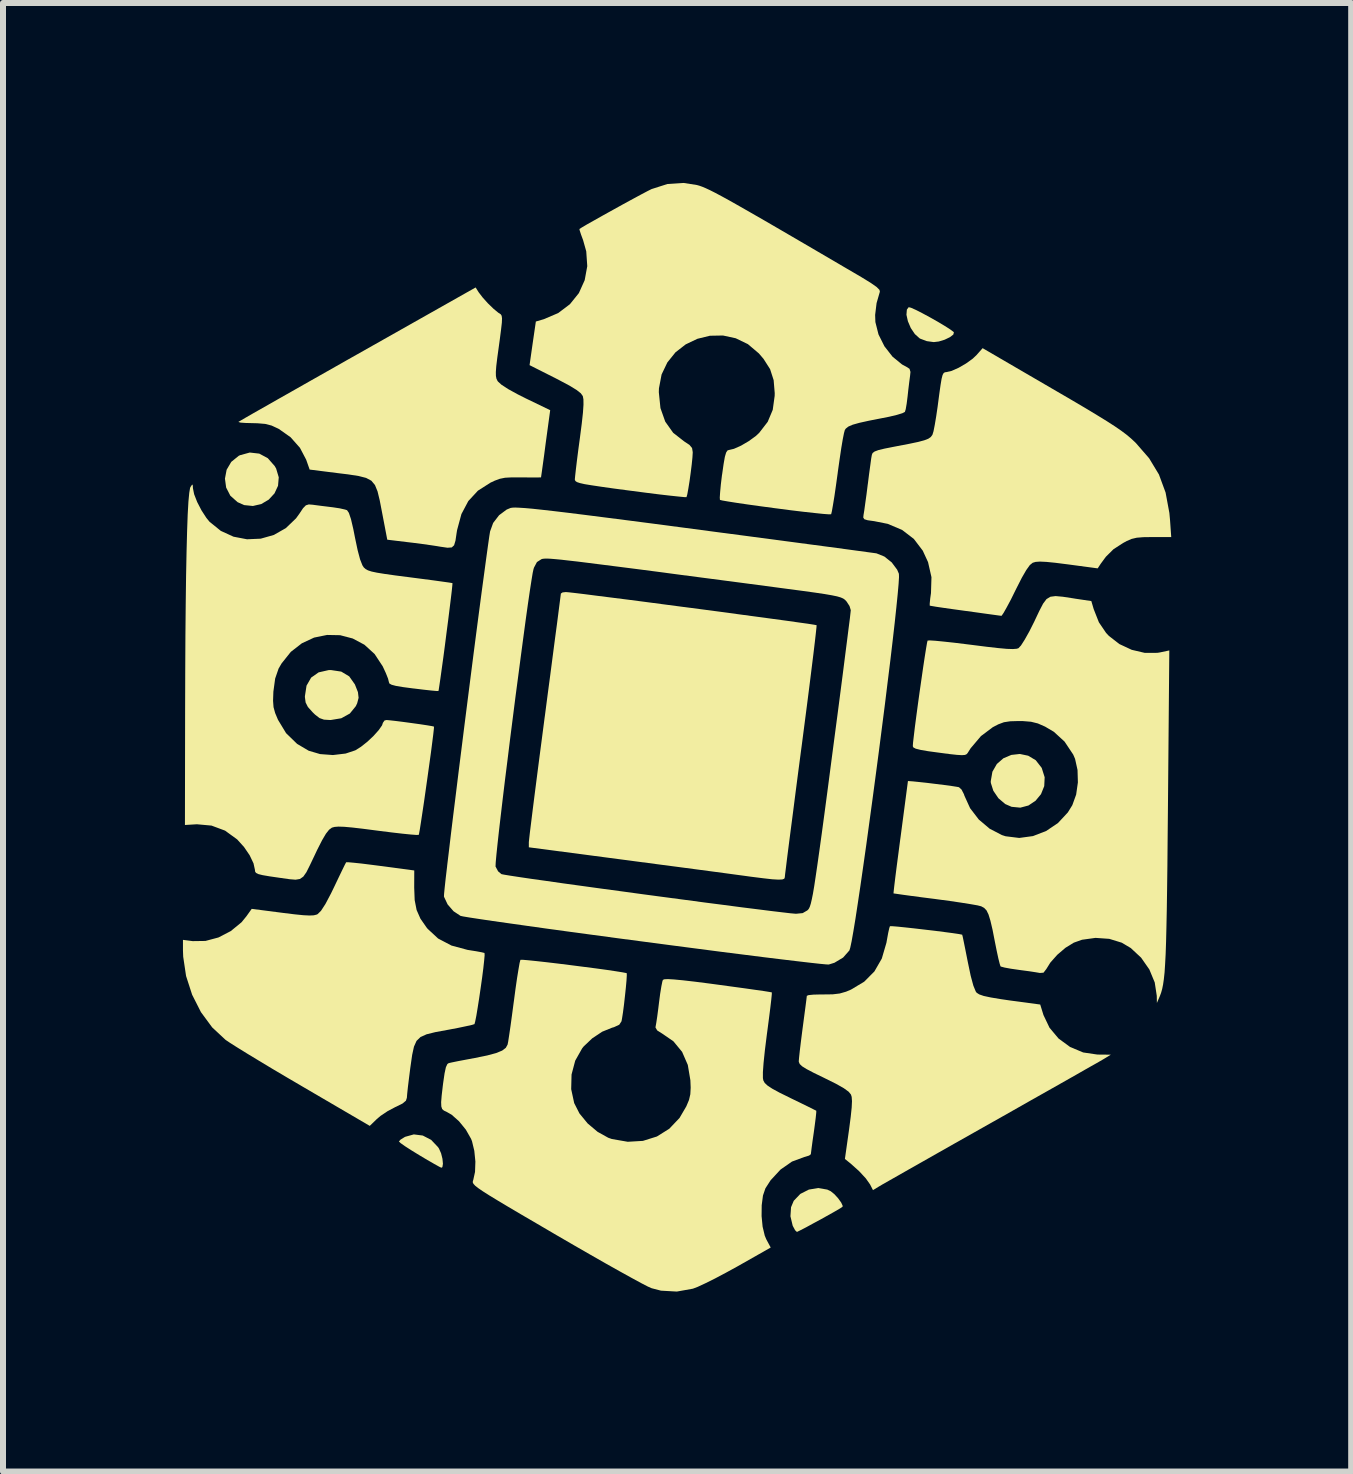
<source format=kicad_pcb>
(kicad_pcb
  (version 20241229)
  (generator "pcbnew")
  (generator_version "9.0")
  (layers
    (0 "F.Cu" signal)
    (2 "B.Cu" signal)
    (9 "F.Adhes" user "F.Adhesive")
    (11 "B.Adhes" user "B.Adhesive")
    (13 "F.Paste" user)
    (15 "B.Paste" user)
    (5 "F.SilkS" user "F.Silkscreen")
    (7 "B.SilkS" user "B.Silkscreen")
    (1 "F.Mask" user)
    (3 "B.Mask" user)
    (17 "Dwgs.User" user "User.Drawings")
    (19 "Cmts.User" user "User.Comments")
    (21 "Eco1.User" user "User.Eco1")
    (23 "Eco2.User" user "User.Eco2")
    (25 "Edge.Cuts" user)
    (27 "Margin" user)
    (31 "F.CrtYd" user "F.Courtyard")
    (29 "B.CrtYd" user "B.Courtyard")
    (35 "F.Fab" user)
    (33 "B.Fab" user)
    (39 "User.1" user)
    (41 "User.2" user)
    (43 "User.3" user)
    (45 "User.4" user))
  (footprint "Logo_20x20mm"
    (layer "F.Cu")
    (at 8.333 9.32)
    (property "Reference" "Logo_20x20mm" (at 0 0 90) (layer "F.SilkS") (effects (font (size 0.001 0.001) (thickness 0.15))))
    (attr board_only exclude_from_pos_files exclude_from_bom)
    (fp_poly (pts (xy -7.061 -4.808) (xy -6.919 -4.732) (xy -6.804 -4.601) (xy -6.78 -4.56) (xy -6.736 -4.413) (xy -6.748 -4.272) (xy -6.807 -4.145) (xy -6.903 -4.041) (xy -7.026 -3.968) (xy -7.167 -3.935) (xy -7.314 -3.95) (xy -7.423 -3.999) (xy -7.543 -4.106) (xy -7.613 -4.242) (xy -7.633 -4.391) (xy -7.605 -4.539) (xy -7.528 -4.67) (xy -7.405 -4.77) (xy -7.383 -4.781) (xy -7.219 -4.826)) (stroke (width 0) (type solid)) (fill yes) (layer "F.SilkS"))
    (fp_poly (pts (xy 5.757 0.228) (xy 5.883 0.303) (xy 5.981 0.429) (xy 5.984 0.435) (xy 6.032 0.587) (xy 6.025 0.735) (xy 5.971 0.869) (xy 5.88 0.979) (xy 5.762 1.058) (xy 5.626 1.094) (xy 5.481 1.08) (xy 5.375 1.034) (xy 5.261 0.937) (xy 5.176 0.812) (xy 5.135 0.683) (xy 5.133 0.655) (xy 5.161 0.495) (xy 5.235 0.366) (xy 5.344 0.271) (xy 5.476 0.215) (xy 5.618 0.199)) (stroke (width 0) (type solid)) (fill yes) (layer "F.SilkS"))
    (fp_poly (pts (xy -4.335 6.56) (xy -4.196 6.632) (xy -4.081 6.753) (xy -4.065 6.777) (xy -4.03 6.856) (xy -4.007 6.948) (xy -3.999 7.031) (xy -4.008 7.086) (xy -4.025 7.097) (xy -4.062 7.079) (xy -4.143 7.034) (xy -4.258 6.968) (xy -4.392 6.888) (xy -4.524 6.807) (xy -4.633 6.737) (xy -4.706 6.685) (xy -4.733 6.659) (xy -4.733 6.659) (xy -4.707 6.629) (xy -4.641 6.588) (xy -4.628 6.581) (xy -4.484 6.541)) (stroke (width 0) (type solid)) (fill yes) (layer "F.SilkS"))
    (fp_poly (pts (xy 3.803 -7.24) (xy 3.884 -7.204) (xy 3.994 -7.148) (xy 4.12 -7.08) (xy 4.249 -7.007) (xy 4.366 -6.937) (xy 4.458 -6.878) (xy 4.512 -6.838) (xy 4.519 -6.83) (xy 4.509 -6.792) (xy 4.452 -6.749) (xy 4.365 -6.707) (xy 4.267 -6.677) (xy 4.183 -6.667) (xy 4.067 -6.683) (xy 3.958 -6.724) (xy 3.947 -6.73) (xy 3.868 -6.801) (xy 3.8 -6.902) (xy 3.752 -7.015) (xy 3.728 -7.123) (xy 3.735 -7.209) (xy 3.765 -7.249)) (stroke (width 0) (type solid)) (fill yes) (layer "F.SilkS"))
    (fp_poly (pts (xy -5.694 -1.174) (xy -5.561 -1.094) (xy -5.467 -0.961) (xy -5.465 -0.956) (xy -5.416 -0.832) (xy -5.405 -0.737) (xy -5.429 -0.645) (xy -5.452 -0.597) (xy -5.551 -0.475) (xy -5.694 -0.396) (xy -5.87 -0.367) (xy -5.879 -0.367) (xy -5.982 -0.373) (xy -6.056 -0.399) (xy -6.132 -0.458) (xy -6.171 -0.496) (xy -6.25 -0.584) (xy -6.288 -0.659) (xy -6.3 -0.748) (xy -6.3 -0.764) (xy -6.273 -0.94) (xy -6.196 -1.074) (xy -6.072 -1.161) (xy -5.905 -1.199) (xy -5.867 -1.2)) (stroke (width 0) (type solid)) (fill yes) (layer "F.SilkS"))
    (fp_poly (pts (xy 2.408 7.461) (xy 2.465 7.488) (xy 2.526 7.537) (xy 2.589 7.606) (xy 2.64 7.677) (xy 2.665 7.732) (xy 2.662 7.748) (xy 2.623 7.774) (xy 2.541 7.822) (xy 2.429 7.885) (xy 2.302 7.956) (xy 2.172 8.026) (xy 2.055 8.09) (xy 1.962 8.138) (xy 1.909 8.164) (xy 1.902 8.167) (xy 1.872 8.139) (xy 1.836 8.072) (xy 1.831 8.061) (xy 1.794 7.906) (xy 1.804 7.755) (xy 1.849 7.648) (xy 1.959 7.533) (xy 2.101 7.461) (xy 2.257 7.435)) (stroke (width 0) (type solid)) (fill yes) (layer "F.SilkS"))
    (fp_poly (pts (xy -1.902 -2.496) (xy -1.795 -2.484) (xy -1.637 -2.465) (xy -1.436 -2.439) (xy -1.197 -2.409) (xy -0.928 -2.375) (xy -0.635 -2.337) (xy -0.325 -2.296) (xy -0.006 -2.254) (xy 0.317 -2.212) (xy 0.635 -2.17) (xy 0.943 -2.128) (xy 1.234 -2.089) (xy 1.5 -2.053) (xy 1.736 -2.021) (xy 1.933 -1.993) (xy 2.085 -1.972) (xy 2.186 -1.956) (xy 2.229 -1.948) (xy 2.23 -1.948) (xy 2.228 -1.913) (xy 2.218 -1.818) (xy 2.201 -1.669) (xy 2.177 -1.469) (xy 2.147 -1.227) (xy 2.112 -0.946) (xy 2.072 -0.633) (xy 2.028 -0.294) (xy 1.981 0.067) (xy 1.971 0.141) (xy 1.923 0.506) (xy 1.878 0.852) (xy 1.837 1.173) (xy 1.799 1.464) (xy 1.766 1.718) (xy 1.739 1.93) (xy 1.719 2.094) (xy 1.705 2.204) (xy 1.7 2.256) (xy 1.699 2.258) (xy 1.691 2.279) (xy 1.658 2.291) (xy 1.594 2.294) (xy 1.49 2.288) (xy 1.34 2.271) (xy 1.134 2.245) (xy 1.033 2.231) (xy 0.906 2.214) (xy 0.722 2.189) (xy 0.49 2.158) (xy 0.219 2.122) (xy -0.082 2.082) (xy -0.403 2.04) (xy -0.736 1.996) (xy -0.992 1.962) (xy -2.567 1.755) (xy -2.567 1.669) (xy -2.562 1.621) (xy -2.55 1.513) (xy -2.53 1.352) (xy -2.504 1.142) (xy -2.472 0.889) (xy -2.435 0.601) (xy -2.394 0.283) (xy -2.349 -0.06) (xy -2.302 -0.421) (xy -2.3 -0.433) (xy -2.253 -0.793) (xy -2.208 -1.132) (xy -2.167 -1.446) (xy -2.13 -1.729) (xy -2.097 -1.975) (xy -2.071 -2.178) (xy -2.051 -2.333) (xy -2.038 -2.434) (xy -2.033 -2.475) (xy -2.033 -2.475) (xy -2.005 -2.494) (xy -1.951 -2.5)) (stroke (width 0) (type solid)) (fill yes) (layer "F.SilkS"))
    (fp_poly (pts (xy -3.403 -7.497) (xy -3.338 -7.412) (xy -3.249 -7.313) (xy -3.154 -7.221) (xy -3.075 -7.156) (xy -3.056 -7.145) (xy -3.034 -7.129) (xy -3.02 -7.105) (xy -3.014 -7.062) (xy -3.017 -6.989) (xy -3.03 -6.876) (xy -3.051 -6.713) (xy -3.066 -6.603) (xy -3.093 -6.407) (xy -3.11 -6.266) (xy -3.117 -6.169) (xy -3.116 -6.103) (xy -3.107 -6.057) (xy -3.089 -6.02) (xy -3.082 -6.01) (xy -3.024 -5.957) (xy -2.912 -5.884) (xy -2.752 -5.796) (xy -2.619 -5.729) (xy -2.211 -5.532) (xy -2.287 -4.974) (xy -2.311 -4.79) (xy -2.333 -4.631) (xy -2.35 -4.508) (xy -2.361 -4.432) (xy -2.364 -4.412) (xy -2.396 -4.411) (xy -2.481 -4.41) (xy -2.603 -4.411) (xy -2.692 -4.412) (xy -2.85 -4.412) (xy -2.963 -4.406) (xy -3.052 -4.388) (xy -3.138 -4.356) (xy -3.206 -4.324) (xy -3.416 -4.19) (xy -3.576 -4.017) (xy -3.691 -3.8) (xy -3.763 -3.534) (xy -3.771 -3.485) (xy -3.79 -3.357) (xy -3.813 -3.28) (xy -3.852 -3.244) (xy -3.923 -3.239) (xy -4.041 -3.256) (xy -4.1 -3.266) (xy -4.199 -3.281) (xy -4.342 -3.301) (xy -4.503 -3.322) (xy -4.588 -3.332) (xy -4.927 -3.373) (xy -5.014 -3.828) (xy -5.053 -4.03) (xy -5.089 -4.178) (xy -5.132 -4.284) (xy -5.192 -4.356) (xy -5.28 -4.403) (xy -5.406 -4.435) (xy -5.581 -4.462) (xy -5.738 -4.481) (xy -6.221 -4.542) (xy -6.279 -4.707) (xy -6.383 -4.905) (xy -6.539 -5.081) (xy -6.733 -5.218) (xy -6.748 -5.226) (xy -6.856 -5.276) (xy -6.961 -5.303) (xy -7.091 -5.314) (xy -7.173 -5.316) (xy -7.291 -5.319) (xy -7.373 -5.325) (xy -7.407 -5.335) (xy -7.407 -5.338) (xy -7.374 -5.357) (xy -7.289 -5.407) (xy -7.155 -5.484) (xy -6.977 -5.585) (xy -6.761 -5.708) (xy -6.51 -5.85) (xy -6.23 -6.009) (xy -5.926 -6.181) (xy -5.602 -6.365) (xy -5.419 -6.468) (xy -3.454 -7.578)) (stroke (width 0) (type solid)) (fill yes) (layer "F.SilkS"))
    (fp_poly (pts (xy -5.488 2.012) (xy -5.354 2.026) (xy -5.187 2.047) (xy -5.039 2.066) (xy -4.477 2.141) (xy -4.478 2.429) (xy -4.47 2.636) (xy -4.438 2.8) (xy -4.374 2.945) (xy -4.271 3.093) (xy -4.253 3.115) (xy -4.079 3.276) (xy -3.856 3.393) (xy -3.589 3.465) (xy -3.564 3.469) (xy -3.444 3.488) (xy -3.353 3.505) (xy -3.308 3.516) (xy -3.306 3.517) (xy -3.304 3.554) (xy -3.312 3.644) (xy -3.326 3.773) (xy -3.346 3.929) (xy -3.37 4.099) (xy -3.395 4.27) (xy -3.42 4.429) (xy -3.442 4.562) (xy -3.461 4.657) (xy -3.473 4.702) (xy -3.475 4.703) (xy -3.516 4.716) (xy -3.611 4.737) (xy -3.744 4.765) (xy -3.902 4.795) (xy -3.924 4.799) (xy -4.125 4.836) (xy -4.271 4.872) (xy -4.372 4.917) (xy -4.439 4.982) (xy -4.482 5.078) (xy -4.512 5.215) (xy -4.539 5.404) (xy -4.544 5.439) (xy -4.565 5.605) (xy -4.583 5.752) (xy -4.595 5.865) (xy -4.6 5.928) (xy -4.6 5.93) (xy -4.616 5.979) (xy -4.672 6.026) (xy -4.78 6.08) (xy -4.792 6.085) (xy -4.919 6.152) (xy -5.04 6.233) (xy -5.101 6.285) (xy -5.219 6.399) (xy -6.334 5.747) (xy -6.59 5.597) (xy -6.835 5.452) (xy -7.061 5.316) (xy -7.259 5.196) (xy -7.424 5.094) (xy -7.547 5.016) (xy -7.62 4.967) (xy -7.624 4.964) (xy -7.846 4.757) (xy -8.033 4.503) (xy -8.18 4.213) (xy -8.281 3.901) (xy -8.329 3.579) (xy -8.333 3.474) (xy -8.333 3.298) (xy -8.171 3.319) (xy -7.958 3.316) (xy -7.741 3.258) (xy -7.535 3.151) (xy -7.357 3.005) (xy -7.276 2.906) (xy -7.187 2.781) (xy -6.677 2.847) (xy -6.475 2.872) (xy -6.327 2.887) (xy -6.224 2.892) (xy -6.153 2.889) (xy -6.105 2.877) (xy -6.088 2.869) (xy -6.032 2.814) (xy -5.958 2.7) (xy -5.865 2.524) (xy -5.815 2.421) (xy -5.744 2.272) (xy -5.683 2.145) (xy -5.638 2.053) (xy -5.614 2.007) (xy -5.612 2.004) (xy -5.578 2.004)) (stroke (width 0) (type solid)) (fill yes) (layer "F.SilkS"))
    (fp_poly (pts (xy 3.488 3.07) (xy 3.576 3.077) (xy 3.704 3.09) (xy 3.86 3.107) (xy 4.031 3.127) (xy 4.203 3.147) (xy 4.365 3.168) (xy 4.502 3.186) (xy 4.603 3.201) (xy 4.653 3.211) (xy 4.657 3.212) (xy 4.666 3.246) (xy 4.684 3.333) (xy 4.71 3.461) (xy 4.741 3.618) (xy 4.751 3.668) (xy 4.799 3.897) (xy 4.843 4.06) (xy 4.883 4.158) (xy 4.898 4.179) (xy 4.941 4.207) (xy 5.016 4.233) (xy 5.133 4.258) (xy 5.3 4.286) (xy 5.458 4.309) (xy 5.958 4.376) (xy 6.012 4.551) (xy 6.113 4.763) (xy 6.264 4.943) (xy 6.455 5.083) (xy 6.674 5.175) (xy 6.911 5.21) (xy 6.918 5.21) (xy 7.135 5.212) (xy 7.042 5.269) (xy 6.997 5.296) (xy 6.9 5.352) (xy 6.754 5.434) (xy 6.567 5.541) (xy 6.343 5.668) (xy 6.087 5.813) (xy 5.805 5.972) (xy 5.502 6.144) (xy 5.184 6.324) (xy 5.167 6.333) (xy 4.847 6.514) (xy 4.542 6.686) (xy 4.258 6.847) (xy 3.999 6.994) (xy 3.771 7.123) (xy 3.58 7.232) (xy 3.43 7.317) (xy 3.328 7.375) (xy 3.278 7.405) (xy 3.277 7.405) (xy 3.17 7.47) (xy 3.122 7.376) (xy 3.051 7.275) (xy 2.938 7.153) (xy 2.795 7.025) (xy 2.776 7.01) (xy 2.702 6.95) (xy 2.772 6.455) (xy 2.799 6.247) (xy 2.815 6.094) (xy 2.82 5.987) (xy 2.815 5.916) (xy 2.803 5.877) (xy 2.765 5.83) (xy 2.684 5.771) (xy 2.555 5.698) (xy 2.37 5.606) (xy 2.35 5.596) (xy 2.181 5.514) (xy 2.063 5.452) (xy 1.989 5.406) (xy 1.949 5.368) (xy 1.934 5.333) (xy 1.933 5.32) (xy 1.938 5.26) (xy 1.95 5.148) (xy 1.968 4.999) (xy 1.99 4.825) (xy 2 4.75) (xy 2.023 4.575) (xy 2.043 4.425) (xy 2.058 4.309) (xy 2.066 4.242) (xy 2.067 4.231) (xy 2.097 4.219) (xy 2.179 4.211) (xy 2.297 4.208) (xy 2.342 4.208) (xy 2.499 4.206) (xy 2.616 4.192) (xy 2.721 4.162) (xy 2.804 4.127) (xy 3.024 3.995) (xy 3.194 3.824) (xy 3.317 3.61) (xy 3.394 3.347) (xy 3.404 3.291) (xy 3.424 3.181) (xy 3.442 3.101) (xy 3.453 3.07)) (stroke (width 0) (type solid)) (fill yes) (layer "F.SilkS"))
    (fp_poly (pts (xy 6.157 -5.891) (xy 6.456 -5.717) (xy 6.704 -5.571) (xy 6.906 -5.449) (xy 7.07 -5.348) (xy 7.202 -5.263) (xy 7.308 -5.19) (xy 7.395 -5.125) (xy 7.469 -5.063) (xy 7.537 -5) (xy 7.554 -4.983) (xy 7.773 -4.731) (xy 7.937 -4.46) (xy 8.048 -4.159) (xy 8.111 -3.819) (xy 8.122 -3.7) (xy 8.142 -3.417) (xy 7.829 -3.417) (xy 7.676 -3.415) (xy 7.567 -3.406) (xy 7.482 -3.386) (xy 7.4 -3.351) (xy 7.339 -3.318) (xy 7.178 -3.213) (xy 7.052 -3.088) (xy 6.966 -2.971) (xy 6.916 -2.895) (xy 6.416 -2.962) (xy 6.21 -2.988) (xy 6.06 -3.003) (xy 5.953 -3.008) (xy 5.882 -3.003) (xy 5.834 -2.989) (xy 5.833 -2.989) (xy 5.785 -2.95) (xy 5.726 -2.868) (xy 5.651 -2.738) (xy 5.557 -2.553) (xy 5.543 -2.525) (xy 5.468 -2.373) (xy 5.4 -2.246) (xy 5.348 -2.154) (xy 5.316 -2.107) (xy 5.31 -2.104) (xy 5.27 -2.109) (xy 5.175 -2.122) (xy 5.036 -2.141) (xy 4.865 -2.165) (xy 4.703 -2.187) (xy 4.515 -2.213) (xy 4.352 -2.236) (xy 4.223 -2.255) (xy 4.141 -2.269) (xy 4.116 -2.274) (xy 4.116 -2.309) (xy 4.124 -2.391) (xy 4.137 -2.483) (xy 4.145 -2.748) (xy 4.088 -2.999) (xy 4 -3.19) (xy 3.851 -3.386) (xy 3.655 -3.536) (xy 3.416 -3.637) (xy 3.19 -3.682) (xy 3.082 -3.697) (xy 3.026 -3.714) (xy 3.008 -3.742) (xy 3.013 -3.79) (xy 3.014 -3.794) (xy 3.025 -3.861) (xy 3.041 -3.978) (xy 3.062 -4.128) (xy 3.083 -4.296) (xy 3.084 -4.3) (xy 3.105 -4.466) (xy 3.125 -4.612) (xy 3.14 -4.724) (xy 3.151 -4.786) (xy 3.151 -4.787) (xy 3.164 -4.818) (xy 3.197 -4.843) (xy 3.261 -4.867) (xy 3.365 -4.892) (xy 3.522 -4.923) (xy 3.574 -4.933) (xy 3.777 -4.972) (xy 3.924 -5.003) (xy 4.025 -5.03) (xy 4.092 -5.056) (xy 4.133 -5.084) (xy 4.159 -5.119) (xy 4.162 -5.125) (xy 4.179 -5.18) (xy 4.2 -5.287) (xy 4.224 -5.43) (xy 4.248 -5.593) (xy 4.249 -5.601) (xy 4.276 -5.807) (xy 4.297 -5.955) (xy 4.314 -6.056) (xy 4.33 -6.118) (xy 4.348 -6.151) (xy 4.369 -6.164) (xy 4.394 -6.167) (xy 4.481 -6.187) (xy 4.598 -6.239) (xy 4.722 -6.311) (xy 4.833 -6.391) (xy 4.897 -6.452) (xy 4.998 -6.566)) (stroke (width 0) (type solid)) (fill yes) (layer "F.SilkS"))
    (fp_poly (pts (xy 6.335 -2.422) (xy 6.505 -2.396) (xy 6.547 -2.389) (xy 6.81 -2.35) (xy 6.849 -2.217) (xy 6.936 -1.996) (xy 7.056 -1.819) (xy 7.103 -1.769) (xy 7.278 -1.633) (xy 7.484 -1.537) (xy 7.702 -1.486) (xy 7.912 -1.487) (xy 7.955 -1.494) (xy 8.11 -1.527) (xy 8.087 1.111) (xy 8.082 1.621) (xy 8.078 2.069) (xy 8.073 2.459) (xy 8.068 2.796) (xy 8.062 3.085) (xy 8.056 3.329) (xy 8.049 3.533) (xy 8.04 3.702) (xy 8.031 3.841) (xy 8.019 3.953) (xy 8.006 4.043) (xy 7.991 4.117) (xy 7.974 4.177) (xy 7.955 4.229) (xy 7.95 4.241) (xy 7.903 4.35) (xy 7.901 4.231) (xy 7.867 4.008) (xy 7.777 3.791) (xy 7.64 3.595) (xy 7.467 3.434) (xy 7.317 3.345) (xy 7.109 3.281) (xy 6.88 3.265) (xy 6.655 3.296) (xy 6.517 3.345) (xy 6.379 3.43) (xy 6.241 3.548) (xy 6.126 3.678) (xy 6.06 3.784) (xy 6.013 3.845) (xy 5.953 3.85) (xy 5.889 3.839) (xy 5.779 3.822) (xy 5.643 3.804) (xy 5.6 3.798) (xy 5.469 3.779) (xy 5.365 3.76) (xy 5.305 3.744) (xy 5.296 3.739) (xy 5.283 3.699) (xy 5.26 3.608) (xy 5.232 3.478) (xy 5.203 3.333) (xy 5.163 3.128) (xy 5.128 2.979) (xy 5.096 2.875) (xy 5.063 2.807) (xy 5.023 2.765) (xy 4.975 2.739) (xy 4.972 2.738) (xy 4.913 2.723) (xy 4.799 2.703) (xy 4.642 2.678) (xy 4.453 2.65) (xy 4.244 2.622) (xy 4.201 2.616) (xy 3.996 2.59) (xy 3.815 2.566) (xy 3.668 2.546) (xy 3.565 2.531) (xy 3.515 2.524) (xy 3.512 2.523) (xy 3.515 2.489) (xy 3.525 2.399) (xy 3.542 2.258) (xy 3.565 2.077) (xy 3.593 1.864) (xy 3.624 1.626) (xy 3.63 1.583) (xy 3.753 0.65) (xy 3.835 0.656) (xy 3.933 0.666) (xy 4.064 0.68) (xy 4.21 0.698) (xy 4.356 0.716) (xy 4.482 0.733) (xy 4.571 0.747) (xy 4.603 0.753) (xy 4.646 0.792) (xy 4.687 0.871) (xy 4.694 0.894) (xy 4.789 1.103) (xy 4.934 1.292) (xy 5.115 1.445) (xy 5.319 1.551) (xy 5.381 1.571) (xy 5.608 1.599) (xy 5.837 1.568) (xy 6.057 1.483) (xy 6.254 1.35) (xy 6.418 1.174) (xy 6.493 1.053) (xy 6.557 0.876) (xy 6.586 0.673) (xy 6.58 0.466) (xy 6.539 0.281) (xy 6.508 0.209) (xy 6.364 -0.007) (xy 6.186 -0.17) (xy 6.039 -0.257) (xy 5.918 -0.31) (xy 5.805 -0.338) (xy 5.671 -0.349) (xy 5.6 -0.35) (xy 5.458 -0.346) (xy 5.353 -0.33) (xy 5.259 -0.295) (xy 5.167 -0.247) (xy 4.97 -0.099) (xy 4.798 0.104) (xy 4.75 0.18) (xy 4.732 0.202) (xy 4.704 0.215) (xy 4.653 0.219) (xy 4.569 0.214) (xy 4.441 0.2) (xy 4.275 0.178) (xy 4.09 0.153) (xy 3.963 0.131) (xy 3.883 0.111) (xy 3.843 0.09) (xy 3.834 0.069) (xy 3.838 0.009) (xy 3.851 -0.102) (xy 3.869 -0.254) (xy 3.893 -0.436) (xy 3.92 -0.637) (xy 3.949 -0.846) (xy 3.979 -1.054) (xy 4.007 -1.249) (xy 4.033 -1.421) (xy 4.055 -1.559) (xy 4.071 -1.653) (xy 4.08 -1.691) (xy 4.08 -1.691) (xy 4.118 -1.694) (xy 4.212 -1.688) (xy 4.353 -1.674) (xy 4.529 -1.655) (xy 4.732 -1.63) (xy 4.813 -1.62) (xy 5.066 -1.588) (xy 5.26 -1.566) (xy 5.403 -1.553) (xy 5.503 -1.55) (xy 5.566 -1.555) (xy 5.595 -1.564) (xy 5.637 -1.609) (xy 5.699 -1.706) (xy 5.776 -1.843) (xy 5.861 -2.012) (xy 5.863 -2.017) (xy 5.944 -2.188) (xy 6.006 -2.307) (xy 6.063 -2.383) (xy 6.128 -2.422) (xy 6.214 -2.433)) (stroke (width 0) (type solid)) (fill yes) (layer "F.SilkS"))
    (fp_poly (pts (xy -8.169 -4.278) (xy -8.167 -4.233) (xy -8.147 -4.132) (xy -8.096 -4.001) (xy -8.024 -3.862) (xy -7.943 -3.737) (xy -7.89 -3.672) (xy -7.702 -3.52) (xy -7.49 -3.423) (xy -7.265 -3.38) (xy -7.037 -3.39) (xy -6.818 -3.452) (xy -6.618 -3.566) (xy -6.448 -3.729) (xy -6.393 -3.805) (xy -6.331 -3.898) (xy -6.284 -3.946) (xy -6.235 -3.961) (xy -6.162 -3.955) (xy -6.151 -3.953) (xy -6.036 -3.938) (xy -5.898 -3.921) (xy -5.833 -3.913) (xy -5.721 -3.896) (xy -5.632 -3.876) (xy -5.598 -3.865) (xy -5.567 -3.82) (xy -5.532 -3.716) (xy -5.493 -3.549) (xy -5.466 -3.412) (xy -5.421 -3.198) (xy -5.38 -3.044) (xy -5.341 -2.945) (xy -5.318 -2.91) (xy -5.289 -2.884) (xy -5.249 -2.862) (xy -5.188 -2.842) (xy -5.098 -2.823) (xy -4.968 -2.802) (xy -4.791 -2.777) (xy -4.557 -2.747) (xy -4.55 -2.746) (xy -4.342 -2.719) (xy -4.158 -2.695) (xy -4.007 -2.674) (xy -3.899 -2.659) (xy -3.845 -2.65) (xy -3.84 -2.649) (xy -3.842 -2.616) (xy -3.851 -2.527) (xy -3.867 -2.392) (xy -3.888 -2.223) (xy -3.912 -2.03) (xy -3.939 -1.823) (xy -3.966 -1.611) (xy -3.993 -1.407) (xy -4.019 -1.22) (xy -4.041 -1.061) (xy -4.059 -0.939) (xy -4.07 -0.866) (xy -4.075 -0.85) (xy -4.109 -0.851) (xy -4.197 -0.859) (xy -4.324 -0.873) (xy -4.48 -0.892) (xy -4.492 -0.893) (xy -4.666 -0.916) (xy -4.784 -0.936) (xy -4.855 -0.955) (xy -4.891 -0.975) (xy -4.9 -1) (xy -4.914 -1.057) (xy -4.952 -1.152) (xy -5.003 -1.262) (xy -5.138 -1.467) (xy -5.308 -1.622) (xy -5.503 -1.726) (xy -5.713 -1.781) (xy -5.931 -1.785) (xy -6.147 -1.741) (xy -6.351 -1.646) (xy -6.535 -1.503) (xy -6.689 -1.31) (xy -6.739 -1.224) (xy -6.796 -1.058) (xy -6.826 -0.837) (xy -6.826 -0.83) (xy -6.831 -0.687) (xy -6.823 -0.581) (xy -6.796 -0.483) (xy -6.749 -0.371) (xy -6.614 -0.148) (xy -6.43 0.031) (xy -6.237 0.145) (xy -6.047 0.201) (xy -5.833 0.217) (xy -5.621 0.192) (xy -5.459 0.138) (xy -5.365 0.079) (xy -5.259 -0.005) (xy -5.156 -0.102) (xy -5.07 -0.198) (xy -5.014 -0.278) (xy -5 -0.32) (xy -4.973 -0.359) (xy -4.939 -0.367) (xy -4.885 -0.362) (xy -4.786 -0.351) (xy -4.659 -0.335) (xy -4.519 -0.316) (xy -4.382 -0.297) (xy -4.264 -0.279) (xy -4.181 -0.265) (xy -4.148 -0.257) (xy -4.15 -0.222) (xy -4.16 -0.131) (xy -4.177 0.004) (xy -4.199 0.175) (xy -4.226 0.37) (xy -4.255 0.578) (xy -4.285 0.79) (xy -4.314 0.994) (xy -4.342 1.181) (xy -4.366 1.34) (xy -4.385 1.461) (xy -4.398 1.532) (xy -4.402 1.547) (xy -4.44 1.549) (xy -4.533 1.542) (xy -4.672 1.528) (xy -4.846 1.508) (xy -5.046 1.483) (xy -5.093 1.477) (xy -5.331 1.446) (xy -5.512 1.425) (xy -5.646 1.413) (xy -5.741 1.41) (xy -5.805 1.415) (xy -5.849 1.427) (xy -5.851 1.428) (xy -5.897 1.462) (xy -5.95 1.529) (xy -6.014 1.638) (xy -6.095 1.797) (xy -6.136 1.884) (xy -6.216 2.052) (xy -6.275 2.17) (xy -6.327 2.244) (xy -6.383 2.283) (xy -6.455 2.295) (xy -6.555 2.287) (xy -6.695 2.267) (xy -6.717 2.264) (xy -6.889 2.239) (xy -7.006 2.219) (xy -7.078 2.201) (xy -7.116 2.181) (xy -7.131 2.157) (xy -7.133 2.131) (xy -7.157 2.022) (xy -7.221 1.888) (xy -7.315 1.75) (xy -7.427 1.626) (xy -7.429 1.624) (xy -7.631 1.477) (xy -7.857 1.393) (xy -8.1 1.371) (xy -8.118 1.372) (xy -8.3 1.383) (xy -8.297 -0.533) (xy -8.295 -1.183) (xy -8.292 -1.773) (xy -8.287 -2.302) (xy -8.281 -2.769) (xy -8.273 -3.173) (xy -8.264 -3.515) (xy -8.254 -3.793) (xy -8.242 -4.006) (xy -8.228 -4.154) (xy -8.214 -4.237) (xy -8.208 -4.25) (xy -8.179 -4.294)) (stroke (width 0) (type solid)) (fill yes) (layer "F.SilkS"))
    (fp_poly (pts (xy 0.233 -9.286) (xy 0.276 -9.274) (xy 0.324 -9.257) (xy 0.381 -9.233) (xy 0.452 -9.2) (xy 0.539 -9.156) (xy 0.648 -9.098) (xy 0.781 -9.025) (xy 0.942 -8.934) (xy 1.136 -8.823) (xy 1.366 -8.691) (xy 1.636 -8.534) (xy 1.95 -8.351) (xy 2.311 -8.14) (xy 2.724 -7.898) (xy 2.977 -7.75) (xy 3.13 -7.656) (xy 3.229 -7.587) (xy 3.278 -7.538) (xy 3.285 -7.508) (xy 3.23 -7.317) (xy 3.206 -7.12) (xy 3.21 -7.001) (xy 3.262 -6.795) (xy 3.361 -6.597) (xy 3.496 -6.424) (xy 3.655 -6.294) (xy 3.724 -6.257) (xy 3.779 -6.222) (xy 3.795 -6.17) (xy 3.788 -6.102) (xy 3.775 -6.004) (xy 3.759 -5.873) (xy 3.747 -5.762) (xy 3.732 -5.643) (xy 3.716 -5.549) (xy 3.702 -5.503) (xy 3.661 -5.482) (xy 3.57 -5.454) (xy 3.441 -5.423) (xy 3.314 -5.398) (xy 3.1 -5.356) (xy 2.942 -5.321) (xy 2.832 -5.29) (xy 2.76 -5.259) (xy 2.717 -5.225) (xy 2.701 -5.202) (xy 2.687 -5.151) (xy 2.666 -5.046) (xy 2.641 -4.897) (xy 2.614 -4.715) (xy 2.585 -4.511) (xy 2.581 -4.479) (xy 2.553 -4.277) (xy 2.527 -4.097) (xy 2.503 -3.951) (xy 2.485 -3.848) (xy 2.473 -3.799) (xy 2.471 -3.797) (xy 2.434 -3.796) (xy 2.339 -3.803) (xy 2.196 -3.818) (xy 2.013 -3.838) (xy 1.798 -3.864) (xy 1.561 -3.895) (xy 1.544 -3.897) (xy 1.306 -3.929) (xy 1.09 -3.959) (xy 0.905 -3.986) (xy 0.759 -4.009) (xy 0.661 -4.026) (xy 0.62 -4.036) (xy 0.619 -4.036) (xy 0.616 -4.075) (xy 0.622 -4.166) (xy 0.634 -4.296) (xy 0.653 -4.452) (xy 0.655 -4.461) (xy 0.68 -4.636) (xy 0.701 -4.755) (xy 0.722 -4.826) (xy 0.744 -4.86) (xy 0.763 -4.867) (xy 0.852 -4.888) (xy 0.971 -4.941) (xy 1.099 -5.016) (xy 1.215 -5.1) (xy 1.273 -5.154) (xy 1.415 -5.338) (xy 1.499 -5.538) (xy 1.531 -5.77) (xy 1.532 -5.817) (xy 1.514 -6.033) (xy 1.455 -6.216) (xy 1.345 -6.388) (xy 1.268 -6.478) (xy 1.085 -6.633) (xy 0.882 -6.731) (xy 0.669 -6.777) (xy 0.452 -6.773) (xy 0.243 -6.722) (xy 0.048 -6.629) (xy -0.122 -6.497) (xy -0.258 -6.328) (xy -0.354 -6.127) (xy -0.398 -5.896) (xy -0.4 -5.831) (xy -0.373 -5.567) (xy -0.293 -5.341) (xy -0.161 -5.155) (xy 0.022 -5.012) (xy 0.111 -4.953) (xy 0.154 -4.901) (xy 0.165 -4.834) (xy 0.165 -4.822) (xy 0.16 -4.741) (xy 0.148 -4.624) (xy 0.131 -4.488) (xy 0.112 -4.349) (xy 0.092 -4.225) (xy 0.075 -4.131) (xy 0.062 -4.085) (xy 0.061 -4.083) (xy 0.025 -4.083) (xy -0.068 -4.092) (xy -0.21 -4.107) (xy -0.393 -4.128) (xy -0.608 -4.155) (xy -0.845 -4.186) (xy -0.877 -4.19) (xy -1.149 -4.226) (xy -1.361 -4.256) (xy -1.521 -4.28) (xy -1.637 -4.299) (xy -1.716 -4.317) (xy -1.764 -4.333) (xy -1.789 -4.35) (xy -1.799 -4.368) (xy -1.8 -4.381) (xy -1.795 -4.435) (xy -1.783 -4.543) (xy -1.765 -4.694) (xy -1.742 -4.875) (xy -1.716 -5.067) (xy -1.685 -5.307) (xy -1.665 -5.49) (xy -1.656 -5.622) (xy -1.657 -5.712) (xy -1.667 -5.766) (xy -1.668 -5.768) (xy -1.701 -5.814) (xy -1.771 -5.869) (xy -1.885 -5.939) (xy -2.05 -6.027) (xy -2.129 -6.068) (xy -2.555 -6.283) (xy -2.503 -6.647) (xy -2.45 -7.01) (xy -2.317 -7.049) (xy -2.078 -7.151) (xy -1.882 -7.299) (xy -1.733 -7.484) (xy -1.636 -7.699) (xy -1.593 -7.933) (xy -1.61 -8.18) (xy -1.662 -8.365) (xy -1.698 -8.463) (xy -1.72 -8.531) (xy -1.724 -8.552) (xy -1.684 -8.578) (xy -1.596 -8.63) (xy -1.471 -8.7) (xy -1.322 -8.784) (xy -1.158 -8.875) (xy -0.992 -8.967) (xy -0.834 -9.053) (xy -0.695 -9.128) (xy -0.587 -9.185) (xy -0.521 -9.218) (xy -0.518 -9.219) (xy -0.255 -9.303) (xy 0.013 -9.32)) (stroke (width 0) (type solid)) (fill yes) (layer "F.SilkS"))
    (fp_poly (pts (xy -2.577 3.638) (xy -2.44 3.652) (xy -2.269 3.671) (xy -2.075 3.694) (xy -1.867 3.72) (xy -1.657 3.747) (xy -1.455 3.773) (xy -1.272 3.798) (xy -1.119 3.821) (xy -1.006 3.839) (xy -0.944 3.851) (xy -0.935 3.854) (xy -0.934 3.89) (xy -0.939 3.976) (xy -0.95 4.097) (xy -0.965 4.237) (xy -0.981 4.38) (xy -0.998 4.51) (xy -1.014 4.612) (xy -1.022 4.655) (xy -1.06 4.713) (xy -1.149 4.754) (xy -1.179 4.762) (xy -1.344 4.829) (xy -1.511 4.94) (xy -1.654 5.076) (xy -1.679 5.108) (xy -1.794 5.312) (xy -1.855 5.543) (xy -1.861 5.787) (xy -1.811 6.019) (xy -1.723 6.192) (xy -1.587 6.358) (xy -1.421 6.498) (xy -1.243 6.597) (xy -1.183 6.618) (xy -0.918 6.664) (xy -0.665 6.649) (xy -0.432 6.576) (xy -0.226 6.447) (xy -0.055 6.267) (xy 0.058 6.074) (xy 0.103 5.967) (xy 0.125 5.872) (xy 0.131 5.761) (xy 0.126 5.638) (xy 0.083 5.383) (xy -0.012 5.165) (xy -0.157 4.989) (xy -0.34 4.863) (xy -0.427 4.808) (xy -0.456 4.758) (xy -0.453 4.74) (xy -0.443 4.684) (xy -0.427 4.579) (xy -0.409 4.442) (xy -0.397 4.344) (xy -0.378 4.198) (xy -0.358 4.075) (xy -0.341 3.991) (xy -0.332 3.965) (xy -0.308 3.955) (xy -0.248 3.952) (xy -0.147 3.958) (xy 0.00045 3.972) (xy 0.2 3.995) (xy 0.458 4.028) (xy 0.584 4.045) (xy 0.819 4.077) (xy 1.032 4.106) (xy 1.214 4.132) (xy 1.355 4.152) (xy 1.448 4.167) (xy 1.484 4.174) (xy 1.484 4.174) (xy 1.483 4.208) (xy 1.474 4.299) (xy 1.458 4.435) (xy 1.436 4.609) (xy 1.41 4.808) (xy 1.402 4.867) (xy 1.368 5.139) (xy 1.346 5.35) (xy 1.335 5.503) (xy 1.335 5.602) (xy 1.342 5.641) (xy 1.365 5.683) (xy 1.412 5.727) (xy 1.491 5.779) (xy 1.612 5.845) (xy 1.785 5.93) (xy 1.794 5.935) (xy 1.947 6.009) (xy 2.076 6.072) (xy 2.17 6.119) (xy 2.22 6.144) (xy 2.225 6.147) (xy 2.224 6.181) (xy 2.215 6.268) (xy 2.199 6.392) (xy 2.184 6.503) (xy 2.163 6.648) (xy 2.147 6.768) (xy 2.137 6.848) (xy 2.134 6.872) (xy 2.105 6.894) (xy 2.034 6.916) (xy 2.025 6.918) (xy 1.82 6.994) (xy 1.629 7.127) (xy 1.464 7.305) (xy 1.377 7.44) (xy 1.336 7.56) (xy 1.315 7.722) (xy 1.313 7.903) (xy 1.33 8.079) (xy 1.366 8.229) (xy 1.391 8.289) (xy 1.465 8.427) (xy 0.906 8.744) (xy 0.718 8.847) (xy 0.537 8.943) (xy 0.376 9.023) (xy 0.247 9.083) (xy 0.168 9.113) (xy -0.1 9.161) (xy -0.364 9.146) (xy -0.521 9.105) (xy -0.584 9.077) (xy -0.698 9.018) (xy -0.856 8.932) (xy -1.053 8.823) (xy -1.281 8.695) (xy -1.535 8.55) (xy -1.808 8.393) (xy -2.094 8.227) (xy -2.11 8.218) (xy -2.432 8.029) (xy -2.701 7.872) (xy -2.921 7.742) (xy -3.098 7.636) (xy -3.236 7.552) (xy -3.339 7.486) (xy -3.413 7.435) (xy -3.461 7.397) (xy -3.489 7.367) (xy -3.501 7.344) (xy -3.501 7.324) (xy -3.495 7.304) (xy -3.494 7.303) (xy -3.464 7.166) (xy -3.458 6.994) (xy -3.476 6.815) (xy -3.514 6.656) (xy -3.53 6.615) (xy -3.617 6.462) (xy -3.731 6.322) (xy -3.854 6.213) (xy -3.938 6.165) (xy -3.983 6.144) (xy -4.012 6.118) (xy -4.026 6.075) (xy -4.029 6.004) (xy -4.02 5.893) (xy -4.001 5.729) (xy -3.995 5.682) (xy -3.972 5.524) (xy -3.95 5.422) (xy -3.925 5.368) (xy -3.903 5.353) (xy -3.85 5.341) (xy -3.748 5.32) (xy -3.61 5.294) (xy -3.467 5.267) (xy -3.261 5.225) (xy -3.112 5.185) (xy -3.012 5.144) (xy -2.951 5.098) (xy -2.921 5.043) (xy -2.921 5.043) (xy -2.911 4.992) (xy -2.895 4.887) (xy -2.873 4.738) (xy -2.848 4.556) (xy -2.821 4.352) (xy -2.816 4.317) (xy -2.789 4.113) (xy -2.763 3.933) (xy -2.739 3.786) (xy -2.721 3.683) (xy -2.708 3.633) (xy -2.706 3.631) (xy -2.67 3.63)) (stroke (width 0) (type solid)) (fill yes) (layer "F.SilkS"))
    (fp_poly (pts (xy -2.724 -3.906) (xy -2.629 -3.9) (xy -2.505 -3.889) (xy -2.348 -3.872) (xy -2.153 -3.85) (xy -1.918 -3.822) (xy -1.637 -3.787) (xy -1.307 -3.745) (xy -0.924 -3.696) (xy -0.484 -3.639) (xy 0.017 -3.573) (xy 0.183 -3.551) (xy 0.62 -3.493) (xy 1.04 -3.438) (xy 1.438 -3.385) (xy 1.809 -3.336) (xy 2.147 -3.291) (xy 2.449 -3.251) (xy 2.709 -3.216) (xy 2.922 -3.187) (xy 3.083 -3.165) (xy 3.187 -3.151) (xy 3.229 -3.145) (xy 3.36 -3.092) (xy 3.482 -2.995) (xy 3.573 -2.873) (xy 3.602 -2.805) (xy 3.604 -2.75) (xy 3.597 -2.635) (xy 3.582 -2.466) (xy 3.56 -2.248) (xy 3.532 -1.986) (xy 3.498 -1.688) (xy 3.459 -1.358) (xy 3.415 -1.003) (xy 3.369 -0.628) (xy 3.319 -0.239) (xy 3.268 0.158) (xy 3.215 0.558) (xy 3.162 0.955) (xy 3.109 1.343) (xy 3.058 1.716) (xy 3.008 2.068) (xy 2.961 2.395) (xy 2.917 2.689) (xy 2.878 2.945) (xy 2.843 3.157) (xy 2.814 3.321) (xy 2.791 3.429) (xy 2.777 3.474) (xy 2.672 3.593) (xy 2.527 3.68) (xy 2.433 3.709) (xy 2.389 3.707) (xy 2.283 3.697) (xy 2.12 3.679) (xy 1.906 3.654) (xy 1.646 3.623) (xy 1.343 3.586) (xy 1.003 3.543) (xy 0.631 3.496) (xy 0.232 3.444) (xy -0.19 3.389) (xy -0.63 3.331) (xy -0.63 3.331) (xy -1.07 3.273) (xy -1.493 3.216) (xy -1.893 3.162) (xy -2.266 3.111) (xy -2.607 3.063) (xy -2.911 3.02) (xy -3.173 2.983) (xy -3.388 2.951) (xy -3.552 2.926) (xy -3.66 2.908) (xy -3.706 2.898) (xy -3.822 2.821) (xy -3.921 2.707) (xy -3.98 2.582) (xy -3.982 2.573) (xy -3.98 2.531) (xy -3.97 2.429) (xy -3.953 2.271) (xy -3.929 2.069) (xy -3.122 2.069) (xy -3.122 2.076) (xy -3.079 2.156) (xy -3.024 2.202) (xy -2.98 2.211) (xy -2.877 2.228) (xy -2.72 2.252) (xy -2.517 2.282) (xy -2.273 2.316) (xy -1.995 2.356) (xy -1.689 2.398) (xy -1.363 2.443) (xy -1.021 2.489) (xy -0.671 2.537) (xy -0.319 2.584) (xy 0.028 2.63) (xy 0.364 2.675) (xy 0.684 2.716) (xy 0.979 2.755) (xy 1.244 2.788) (xy 1.473 2.817) (xy 1.658 2.839) (xy 1.795 2.855) (xy 1.875 2.862) (xy 1.886 2.863) (xy 1.998 2.852) (xy 2.077 2.806) (xy 2.091 2.792) (xy 2.105 2.772) (xy 2.119 2.74) (xy 2.134 2.692) (xy 2.15 2.623) (xy 2.169 2.529) (xy 2.19 2.405) (xy 2.214 2.246) (xy 2.243 2.049) (xy 2.277 1.808) (xy 2.317 1.52) (xy 2.363 1.179) (xy 2.416 0.781) (xy 2.476 0.322) (xy 2.48 0.291) (xy 2.532 -0.104) (xy 2.582 -0.482) (xy 2.628 -0.836) (xy 2.67 -1.16) (xy 2.707 -1.451) (xy 2.739 -1.701) (xy 2.765 -1.907) (xy 2.785 -2.062) (xy 2.796 -2.161) (xy 2.8 -2.198) (xy 2.779 -2.267) (xy 2.728 -2.345) (xy 2.725 -2.348) (xy 2.702 -2.372) (xy 2.674 -2.392) (xy 2.633 -2.41) (xy 2.572 -2.428) (xy 2.485 -2.446) (xy 2.364 -2.467) (xy 2.202 -2.491) (xy 1.993 -2.52) (xy 1.729 -2.555) (xy 1.533 -2.581) (xy 0.952 -2.658) (xy 0.433 -2.726) (xy -0.027 -2.786) (xy -0.432 -2.84) (xy -0.786 -2.886) (xy -1.092 -2.925) (xy -1.353 -2.958) (xy -1.574 -2.986) (xy -1.758 -3.009) (xy -1.909 -3.026) (xy -2.03 -3.04) (xy -2.126 -3.049) (xy -2.199 -3.055) (xy -2.253 -3.058) (xy -2.292 -3.058) (xy -2.32 -3.056) (xy -2.341 -3.053) (xy -2.357 -3.048) (xy -2.357 -3.048) (xy -2.432 -3) (xy -2.481 -2.908) (xy -2.489 -2.883) (xy -2.503 -2.818) (xy -2.523 -2.696) (xy -2.55 -2.522) (xy -2.582 -2.303) (xy -2.618 -2.046) (xy -2.657 -1.756) (xy -2.699 -1.441) (xy -2.743 -1.107) (xy -2.789 -0.76) (xy -2.834 -0.406) (xy -2.879 -0.053) (xy -2.922 0.295) (xy -2.964 0.629) (xy -3.002 0.944) (xy -3.036 1.233) (xy -3.066 1.49) (xy -3.09 1.709) (xy -3.108 1.883) (xy -3.119 2.005) (xy -3.122 2.069) (xy -3.929 2.069) (xy -3.929 2.065) (xy -3.899 1.816) (xy -3.865 1.528) (xy -3.826 1.209) (xy -3.783 0.864) (xy -3.738 0.498) (xy -3.69 0.117) (xy -3.641 -0.274) (xy -3.591 -0.667) (xy -3.541 -1.059) (xy -3.492 -1.443) (xy -3.444 -1.813) (xy -3.398 -2.164) (xy -3.355 -2.49) (xy -3.315 -2.785) (xy -3.28 -3.044) (xy -3.25 -3.262) (xy -3.226 -3.431) (xy -3.213 -3.511) (xy -3.162 -3.652) (xy -3.063 -3.781) (xy -2.937 -3.875) (xy -2.872 -3.902) (xy -2.842 -3.907) (xy -2.794 -3.909)) (stroke (width 0) (type solid)) (fill yes) (layer "F.SilkS")))
  (gr_rect
    (start -3 -3)
    (end 19.475 21.481)
    (stroke (width 0.1) (type default))
    (fill no)
    (layer "Edge.Cuts")))
</source>
